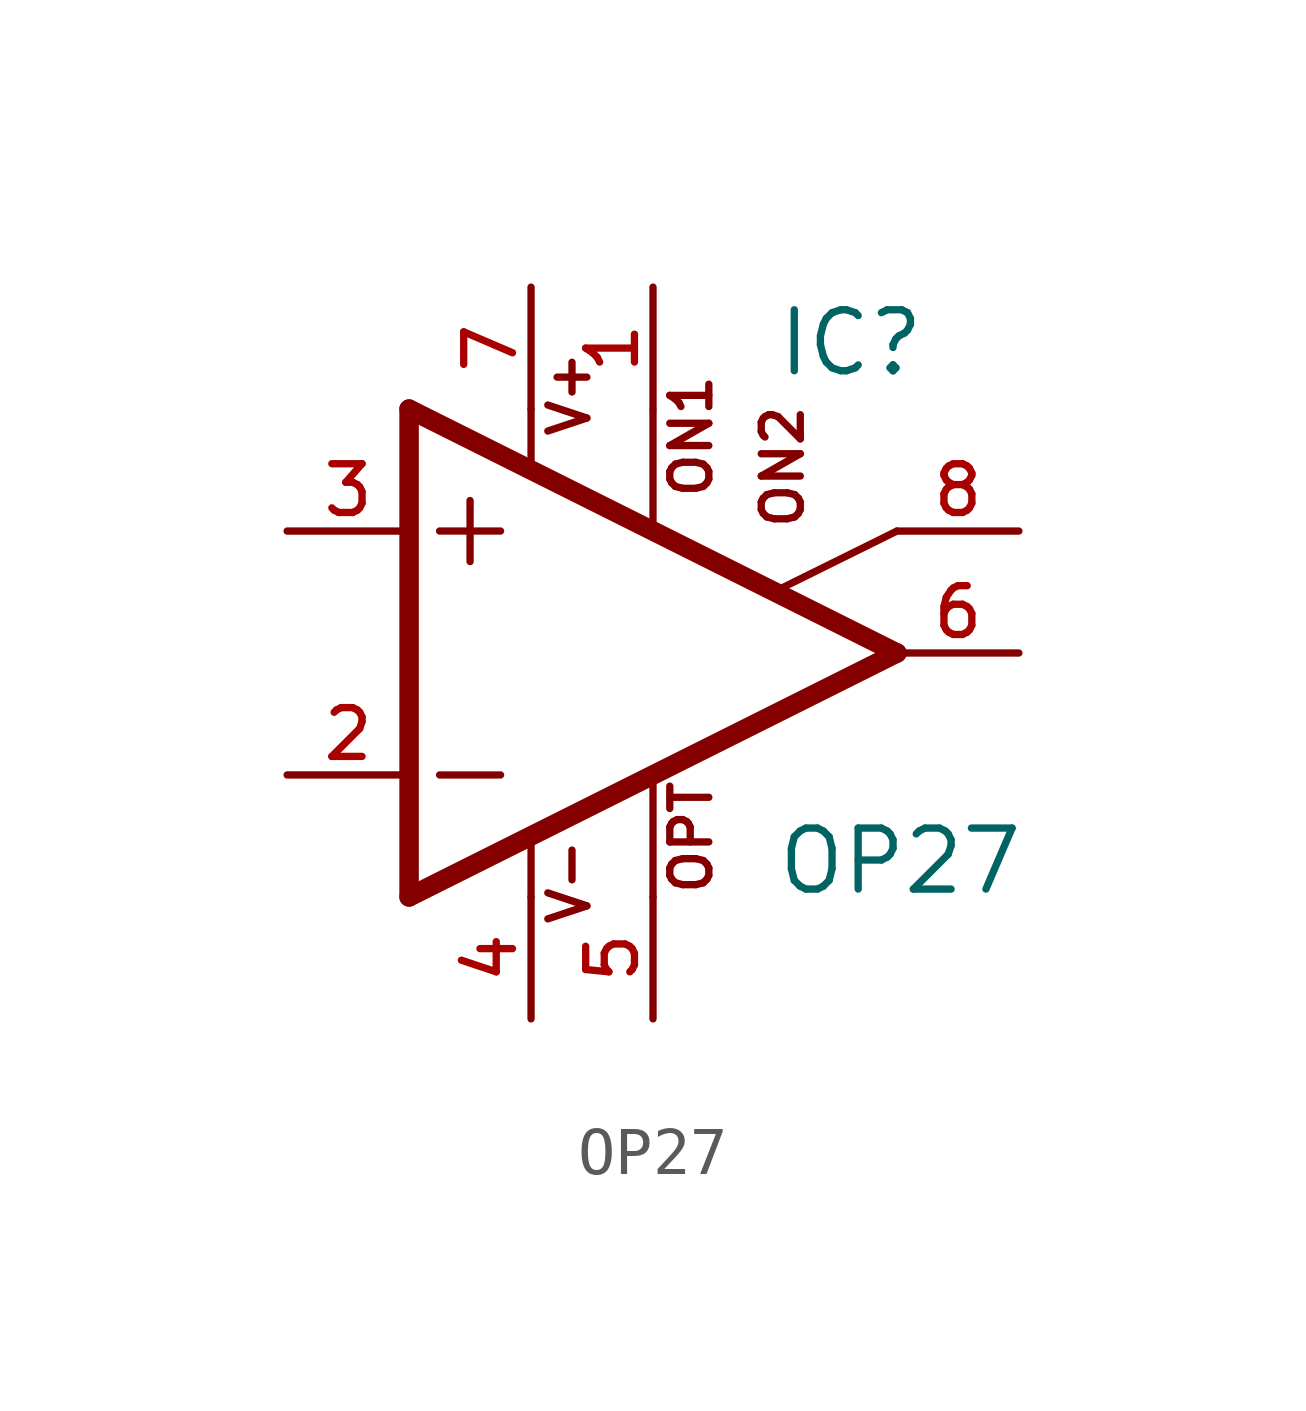
<source format=kicad_sym>
(kicad_symbol_lib
  (version 20211014)
  (generator kicad_symbol_editor)
  (symbol "OP27"
    (pin_names
      (offset 1.016) hide)
    (property "Reference" "IC"
      (at 2.54 5.715 0)
      (effects (font (size 1.27 1.27)) (justify left bottom)))
    (property "Value" "OP27"
      (at 2.54 -5.08 0)
      (effects (font (size 1.27 1.27)) (justify left bottom)))
    (property "ki_locked" ""
      (at 0 0 0)
      (effects (font (size 1.27 1.27))))
    (symbol "OP27_0_0"
      (polyline (pts (xy -5.08 -5.08) (xy 5.08 0)) (stroke (width 0.406) (type default) (color 0 0 0 0)) (fill (type none)))
      (polyline (pts (xy -5.08 5.08) (xy -5.08 -5.08)) (stroke (width 0.406) (type default) (color 0 0 0 0)) (fill (type none)))
      (polyline (pts (xy -4.445 -2.54) (xy -3.175 -2.54)) (stroke (width 0.152) (type default) (color 0 0 0 0)) (fill (type none)))
      (polyline (pts (xy -4.445 2.54) (xy -3.175 2.54)) (stroke (width 0.152) (type default) (color 0 0 0 0)) (fill (type none)))
      (polyline (pts (xy -3.81 3.175) (xy -3.81 1.905)) (stroke (width 0.152) (type default) (color 0 0 0 0)) (fill (type none)))
      (polyline (pts (xy -2.54 -3.912) (xy -2.54 -5.08)) (stroke (width 0.152) (type default) (color 0 0 0 0)) (fill (type none)))
      (polyline (pts (xy -2.54 5.08) (xy -2.54 3.886)) (stroke (width 0.152) (type default) (color 0 0 0 0)) (fill (type none)))
      (polyline (pts (xy 0 -2.616) (xy 0 -5.08)) (stroke (width 0.152) (type default) (color 0 0 0 0)) (fill (type none)))
      (polyline (pts (xy 0 5.055) (xy 0 2.616)) (stroke (width 0.152) (type default) (color 0 0 0 0)) (fill (type none)))
      (polyline (pts (xy 5.08 0) (xy -5.08 5.08)) (stroke (width 0.406) (type default) (color 0 0 0 0)) (fill (type none)))
      (polyline (pts (xy 5.08 2.54) (xy 2.616 1.321)) (stroke (width 0.152) (type default) (color 0 0 0 0)) (fill (type none)))
      (text "ON1" (at 1.27 3.175 900) (effects (font (size 0.813 0.813)) (justify left bottom)))
      (text "ON2" (at 3.175 2.54 900) (effects (font (size 0.813 0.813)) (justify left bottom)))
      (text "OPT" (at 1.27 -5.08 900) (effects (font (size 0.813 0.813)) (justify left bottom)))
      (text "V+" (at -1.27 4.445 900) (effects (font (size 0.813 0.813)) (justify left bottom)))
      (text "V-" (at -1.27 -5.715 900) (effects (font (size 0.813 0.813)) (justify left bottom)))
      (pin passive line (at 0 7.62 270) (length 2.54) (name "~" (effects (font (size 1.016 1.016)))) (number "1" (effects (font (size 1.016 1.016)))))
      (pin input line (at -7.62 -2.54 0) (length 2.54) (name "~" (effects (font (size 1.016 1.016)))) (number "2" (effects (font (size 1.016 1.016)))))
      (pin input line (at -7.62 2.54 0) (length 2.54) (name "~" (effects (font (size 1.016 1.016)))) (number "3" (effects (font (size 1.016 1.016)))))
      (pin power_in line (at -2.54 -7.62 90) (length 2.54) (name "~" (effects (font (size 1.016 1.016)))) (number "4" (effects (font (size 1.016 1.016)))))
      (pin passive line (at 0 -7.62 90) (length 2.54) (name "~" (effects (font (size 1.016 1.016)))) (number "5" (effects (font (size 1.016 1.016)))))
      (pin output line (at 7.62 0 180) (length 2.54) (name "~" (effects (font (size 1.016 1.016)))) (number "6" (effects (font (size 1.016 1.016)))))
      (pin power_in line (at -2.54 7.62 270) (length 2.54) (name "~" (effects (font (size 1.016 1.016)))) (number "7" (effects (font (size 1.016 1.016)))))
      (pin passive line (at 7.62 2.54 180) (length 2.54) (name "~" (effects (font (size 1.016 1.016)))) (number "8" (effects (font (size 1.016 1.016))))))))
</source>
